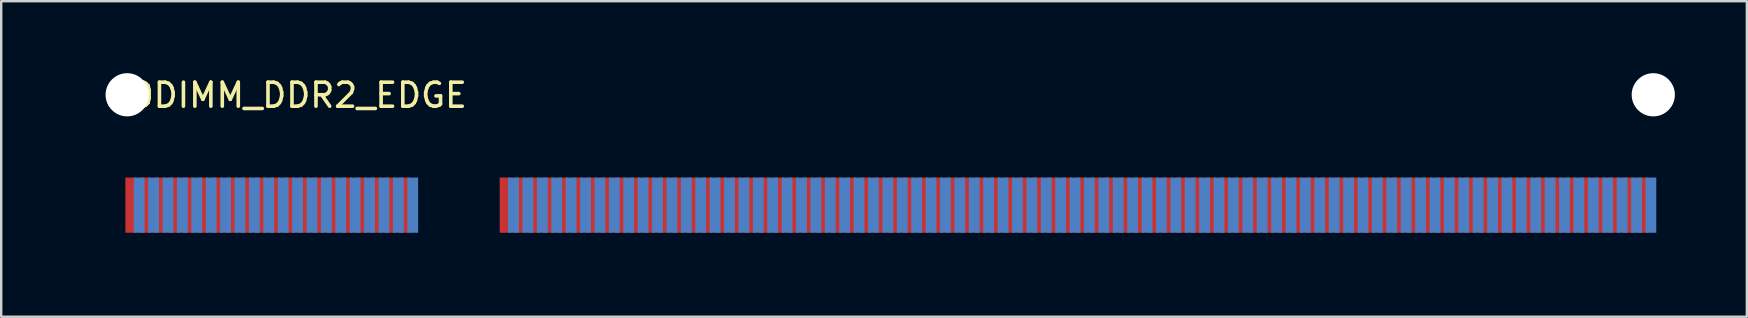
<source format=kicad_pcb>
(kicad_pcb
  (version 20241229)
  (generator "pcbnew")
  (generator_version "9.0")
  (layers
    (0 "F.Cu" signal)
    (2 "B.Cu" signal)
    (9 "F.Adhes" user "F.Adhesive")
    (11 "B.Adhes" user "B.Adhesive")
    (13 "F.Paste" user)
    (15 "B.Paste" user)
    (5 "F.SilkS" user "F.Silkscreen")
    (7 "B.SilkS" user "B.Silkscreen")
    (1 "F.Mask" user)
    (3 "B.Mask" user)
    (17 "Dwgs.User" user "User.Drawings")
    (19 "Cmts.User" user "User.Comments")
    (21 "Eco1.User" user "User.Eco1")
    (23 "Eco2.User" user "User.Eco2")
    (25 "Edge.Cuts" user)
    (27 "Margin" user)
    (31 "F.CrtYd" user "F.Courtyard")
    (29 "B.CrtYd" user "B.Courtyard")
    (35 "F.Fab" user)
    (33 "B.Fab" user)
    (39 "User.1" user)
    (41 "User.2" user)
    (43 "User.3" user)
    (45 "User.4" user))
  (footprint "SODIMM_DDR2_EDGE"
    (layer "F.Cu")
    (at 0.25 6.9)
    (property "Reference" "SODIMM_DDR2_EDGE" (at 8.63 -5.98 0) (layer "F.SilkS") (effects (font (size 1 1) (thickness 0.15))))
    (attr through_hole)
    (pad "" np_thru_hole circle (at 2 -6) (size 1.8 1.8) (drill 1.8) (layers "*.Cu" "*.Mask"))
    (pad "" np_thru_hole circle (at 65.6 -6) (size 1.8 1.8) (drill 1.8) (layers "*.Cu" "*.Mask"))
    (pad "1" smd rect (at 2.15 -1.4) (size 0.45 2.3) (layers "F.Cu" "F.Mask"))
    (pad "2" smd rect (at 2.5 -1.4 180) (size 0.45 2.3) (layers "B.Cu" "B.Mask"))
    (pad "3" smd rect (at 2.75 -1.4) (size 0.45 2.3) (layers "F.Cu" "F.Mask"))
    (pad "4" smd rect (at 3.1 -1.4 180) (size 0.45 2.3) (layers "B.Cu" "B.Mask"))
    (pad "5" smd rect (at 3.35 -1.4) (size 0.45 2.3) (layers "F.Cu" "F.Mask"))
    (pad "6" smd rect (at 3.7 -1.4 180) (size 0.45 2.3) (layers "B.Cu" "B.Mask"))
    (pad "7" smd rect (at 3.95 -1.4) (size 0.45 2.3) (layers "F.Cu" "F.Mask"))
    (pad "8" smd rect (at 4.3 -1.4 180) (size 0.45 2.3) (layers "B.Cu" "B.Mask"))
    (pad "9" smd rect (at 4.55 -1.4) (size 0.45 2.3) (layers "F.Cu" "F.Mask"))
    (pad "10" smd rect (at 4.9 -1.4 180) (size 0.45 2.3) (layers "B.Cu" "B.Mask"))
    (pad "11" smd rect (at 5.15 -1.4) (size 0.45 2.3) (layers "F.Cu" "F.Mask"))
    (pad "12" smd rect (at 5.5 -1.4 180) (size 0.45 2.3) (layers "B.Cu" "B.Mask"))
    (pad "13" smd rect (at 5.75 -1.4) (size 0.45 2.3) (layers "F.Cu" "F.Mask"))
    (pad "14" smd rect (at 6.1 -1.4 180) (size 0.45 2.3) (layers "B.Cu" "B.Mask"))
    (pad "15" smd rect (at 6.35 -1.4) (size 0.45 2.3) (layers "F.Cu" "F.Mask"))
    (pad "16" smd rect (at 6.7 -1.4 180) (size 0.45 2.3) (layers "B.Cu" "B.Mask"))
    (pad "17" smd rect (at 6.95 -1.4) (size 0.45 2.3) (layers "F.Cu" "F.Mask"))
    (pad "18" smd rect (at 7.3 -1.4 180) (size 0.45 2.3) (layers "B.Cu" "B.Mask"))
    (pad "19" smd rect (at 7.55 -1.4) (size 0.45 2.3) (layers "F.Cu" "F.Mask"))
    (pad "20" smd rect (at 7.9 -1.4 180) (size 0.45 2.3) (layers "B.Cu" "B.Mask"))
    (pad "21" smd rect (at 8.15 -1.4) (size 0.45 2.3) (layers "F.Cu" "F.Mask"))
    (pad "22" smd rect (at 8.5 -1.4 180) (size 0.45 2.3) (layers "B.Cu" "B.Mask"))
    (pad "23" smd rect (at 8.75 -1.4) (size 0.45 2.3) (layers "F.Cu" "F.Mask"))
    (pad "24" smd rect (at 9.1 -1.4 180) (size 0.45 2.3) (layers "B.Cu" "B.Mask"))
    (pad "25" smd rect (at 9.35 -1.4) (size 0.45 2.3) (layers "F.Cu" "F.Mask"))
    (pad "26" smd rect (at 9.7 -1.4 180) (size 0.45 2.3) (layers "B.Cu" "B.Mask"))
    (pad "27" smd rect (at 9.95 -1.4) (size 0.45 2.3) (layers "F.Cu" "F.Mask"))
    (pad "28" smd rect (at 10.3 -1.4 180) (size 0.45 2.3) (layers "B.Cu" "B.Mask"))
    (pad "29" smd rect (at 10.55 -1.4) (size 0.45 2.3) (layers "F.Cu" "F.Mask"))
    (pad "30" smd rect (at 10.9 -1.4 180) (size 0.45 2.3) (layers "B.Cu" "B.Mask"))
    (pad "31" smd rect (at 11.15 -1.4) (size 0.45 2.3) (layers "F.Cu" "F.Mask"))
    (pad "32" smd rect (at 11.5 -1.4 180) (size 0.45 2.3) (layers "B.Cu" "B.Mask"))
    (pad "33" smd rect (at 11.75 -1.4) (size 0.45 2.3) (layers "F.Cu" "F.Mask"))
    (pad "34" smd rect (at 12.1 -1.4 180) (size 0.45 2.3) (layers "B.Cu" "B.Mask"))
    (pad "35" smd rect (at 12.35 -1.4) (size 0.45 2.3) (layers "F.Cu" "F.Mask"))
    (pad "36" smd rect (at 12.7 -1.4 180) (size 0.45 2.3) (layers "B.Cu" "B.Mask"))
    (pad "37" smd rect (at 12.95 -1.4) (size 0.45 2.3) (layers "F.Cu" "F.Mask"))
    (pad "38" smd rect (at 13.3 -1.4 180) (size 0.45 2.3) (layers "B.Cu" "B.Mask"))
    (pad "39" smd rect (at 13.55 -1.4) (size 0.45 2.3) (layers "F.Cu" "F.Mask"))
    (pad "40" smd rect (at 13.9 -1.4 180) (size 0.45 2.3) (layers "B.Cu" "B.Mask"))
    (pad "41" smd rect (at 17.75 -1.4) (size 0.45 2.3) (layers "F.Cu" "F.Mask"))
    (pad "42" smd rect (at 18.1 -1.4 180) (size 0.45 2.3) (layers "B.Cu" "B.Mask"))
    (pad "43" smd rect (at 18.35 -1.4) (size 0.45 2.3) (layers "F.Cu" "F.Mask"))
    (pad "44" smd rect (at 18.7 -1.4 180) (size 0.45 2.3) (layers "B.Cu" "B.Mask"))
    (pad "45" smd rect (at 18.95 -1.4) (size 0.45 2.3) (layers "F.Cu" "F.Mask"))
    (pad "46" smd rect (at 19.3 -1.4 180) (size 0.45 2.3) (layers "B.Cu" "B.Mask"))
    (pad "47" smd rect (at 19.55 -1.4) (size 0.45 2.3) (layers "F.Cu" "F.Mask"))
    (pad "48" smd rect (at 19.9 -1.4 180) (size 0.45 2.3) (layers "B.Cu" "B.Mask"))
    (pad "49" smd rect (at 20.15 -1.4) (size 0.45 2.3) (layers "F.Cu" "F.Mask"))
    (pad "50" smd rect (at 20.5 -1.4 180) (size 0.45 2.3) (layers "B.Cu" "B.Mask"))
    (pad "51" smd rect (at 20.75 -1.4) (size 0.45 2.3) (layers "F.Cu" "F.Mask"))
    (pad "52" smd rect (at 21.1 -1.4 180) (size 0.45 2.3) (layers "B.Cu" "B.Mask"))
    (pad "53" smd rect (at 21.35 -1.4) (size 0.45 2.3) (layers "F.Cu" "F.Mask"))
    (pad "54" smd rect (at 21.7 -1.4 180) (size 0.45 2.3) (layers "B.Cu" "B.Mask"))
    (pad "55" smd rect (at 21.95 -1.4) (size 0.45 2.3) (layers "F.Cu" "F.Mask"))
    (pad "56" smd rect (at 22.3 -1.4 180) (size 0.45 2.3) (layers "B.Cu" "B.Mask"))
    (pad "57" smd rect (at 22.55 -1.4) (size 0.45 2.3) (layers "F.Cu" "F.Mask"))
    (pad "58" smd rect (at 22.9 -1.4 180) (size 0.45 2.3) (layers "B.Cu" "B.Mask"))
    (pad "59" smd rect (at 23.15 -1.4) (size 0.45 2.3) (layers "F.Cu" "F.Mask"))
    (pad "60" smd rect (at 23.5 -1.4 180) (size 0.45 2.3) (layers "B.Cu" "B.Mask"))
    (pad "61" smd rect (at 23.75 -1.4) (size 0.45 2.3) (layers "F.Cu" "F.Mask"))
    (pad "62" smd rect (at 24.1 -1.4) (size 0.45 2.3) (layers "B.Cu" "B.Mask"))
    (pad "63" smd rect (at 24.35 -1.4) (size 0.45 2.3) (layers "F.Cu" "F.Mask"))
    (pad "64" smd rect (at 24.7 -1.4 180) (size 0.45 2.3) (layers "B.Cu" "B.Mask"))
    (pad "65" smd rect (at 24.95 -1.4) (size 0.45 2.3) (layers "F.Cu" "F.Mask"))
    (pad "66" smd rect (at 25.3 -1.4 180) (size 0.45 2.3) (layers "B.Cu" "B.Mask"))
    (pad "67" smd rect (at 25.55 -1.4) (size 0.45 2.3) (layers "F.Cu" "F.Mask"))
    (pad "68" smd rect (at 25.9 -1.4 180) (size 0.45 2.3) (layers "B.Cu" "B.Mask"))
    (pad "69" smd rect (at 26.15 -1.4) (size 0.45 2.3) (layers "F.Cu" "F.Mask"))
    (pad "70" smd rect (at 26.5 -1.4 180) (size 0.45 2.3) (layers "B.Cu" "B.Mask"))
    (pad "71" smd rect (at 26.75 -1.4) (size 0.45 2.3) (layers "F.Cu" "F.Mask"))
    (pad "72" smd rect (at 27.1 -1.4 180) (size 0.45 2.3) (layers "B.Cu" "B.Mask"))
    (pad "73" smd rect (at 27.35 -1.4) (size 0.45 2.3) (layers "F.Cu" "F.Mask"))
    (pad "74" smd rect (at 27.7 -1.4 180) (size 0.45 2.3) (layers "B.Cu" "B.Mask"))
    (pad "75" smd rect (at 27.95 -1.4) (size 0.45 2.3) (layers "F.Cu" "F.Mask"))
    (pad "76" smd rect (at 28.3 -1.4 180) (size 0.45 2.3) (layers "B.Cu" "B.Mask"))
    (pad "77" smd rect (at 28.55 -1.4) (size 0.45 2.3) (layers "F.Cu" "F.Mask"))
    (pad "78" smd rect (at 28.9 -1.4 180) (size 0.45 2.3) (layers "B.Cu" "B.Mask"))
    (pad "79" smd rect (at 29.15 -1.4) (size 0.45 2.3) (layers "F.Cu" "F.Mask"))
    (pad "80" smd rect (at 29.5 -1.4 180) (size 0.45 2.3) (layers "B.Cu" "B.Mask"))
    (pad "81" smd rect (at 29.75 -1.4) (size 0.45 2.3) (layers "F.Cu" "F.Mask"))
    (pad "82" smd rect (at 30.1 -1.4 180) (size 0.45 2.3) (layers "B.Cu" "B.Mask"))
    (pad "83" smd rect (at 30.35 -1.4) (size 0.45 2.3) (layers "F.Cu" "F.Mask"))
    (pad "84" smd rect (at 30.7 -1.4 180) (size 0.45 2.3) (layers "B.Cu" "B.Mask"))
    (pad "85" smd rect (at 30.95 -1.4) (size 0.45 2.3) (layers "F.Cu" "F.Mask"))
    (pad "86" smd rect (at 31.3 -1.4 180) (size 0.45 2.3) (layers "B.Cu" "B.Mask"))
    (pad "87" smd rect (at 31.55 -1.4) (size 0.45 2.3) (layers "F.Cu" "F.Mask"))
    (pad "88" smd rect (at 31.9 -1.4 180) (size 0.45 2.3) (layers "B.Cu" "B.Mask"))
    (pad "89" smd rect (at 32.15 -1.4) (size 0.45 2.3) (layers "F.Cu" "F.Mask"))
    (pad "90" smd rect (at 32.5 -1.4 180) (size 0.45 2.3) (layers "B.Cu" "B.Mask"))
    (pad "91" smd rect (at 32.75 -1.4) (size 0.45 2.3) (layers "F.Cu" "F.Mask"))
    (pad "92" smd rect (at 33.1 -1.4 180) (size 0.45 2.3) (layers "B.Cu" "B.Mask"))
    (pad "93" smd rect (at 33.35 -1.4) (size 0.45 2.3) (layers "F.Cu" "F.Mask"))
    (pad "94" smd rect (at 33.7 -1.4 180) (size 0.45 2.3) (layers "B.Cu" "B.Mask"))
    (pad "95" smd rect (at 33.95 -1.4) (size 0.45 2.3) (layers "F.Cu" "F.Mask"))
    (pad "96" smd rect (at 34.3 -1.4 180) (size 0.45 2.3) (layers "B.Cu" "B.Mask"))
    (pad "97" smd rect (at 34.55 -1.4) (size 0.45 2.3) (layers "F.Cu" "F.Mask"))
    (pad "98" smd rect (at 34.9 -1.4 180) (size 0.45 2.3) (layers "B.Cu" "B.Mask"))
    (pad "99" smd rect (at 35.15 -1.4) (size 0.45 2.3) (layers "F.Cu" "F.Mask"))
    (pad "100" smd rect (at 35.5 -1.4 180) (size 0.45 2.3) (layers "B.Cu" "B.Mask"))
    (pad "101" smd rect (at 35.75 -1.4) (size 0.45 2.3) (layers "F.Cu" "F.Mask"))
    (pad "102" smd rect (at 36.1 -1.4 180) (size 0.45 2.3) (layers "B.Cu" "B.Mask"))
    (pad "103" smd rect (at 36.35 -1.4) (size 0.45 2.3) (layers "F.Cu" "F.Mask"))
    (pad "104" smd rect (at 36.7 -1.4 180) (size 0.45 2.3) (layers "B.Cu" "B.Mask"))
    (pad "105" smd rect (at 36.95 -1.4) (size 0.45 2.3) (layers "F.Cu" "F.Mask"))
    (pad "106" smd rect (at 37.3 -1.4 180) (size 0.45 2.3) (layers "B.Cu" "B.Mask"))
    (pad "107" smd rect (at 37.55 -1.4) (size 0.45 2.3) (layers "F.Cu" "F.Mask"))
    (pad "108" smd rect (at 37.9 -1.4 180) (size 0.45 2.3) (layers "B.Cu" "B.Mask"))
    (pad "109" smd rect (at 38.15 -1.4) (size 0.45 2.3) (layers "F.Cu" "F.Mask"))
    (pad "110" smd rect (at 38.5 -1.4 180) (size 0.45 2.3) (layers "B.Cu" "B.Mask"))
    (pad "111" smd rect (at 38.75 -1.4) (size 0.45 2.3) (layers "F.Cu" "F.Mask"))
    (pad "112" smd rect (at 39.1 -1.4 180) (size 0.45 2.3) (layers "B.Cu" "B.Mask"))
    (pad "113" smd rect (at 39.35 -1.4) (size 0.45 2.3) (layers "F.Cu" "F.Mask"))
    (pad "114" smd rect (at 39.7 -1.4 180) (size 0.45 2.3) (layers "B.Cu" "B.Mask"))
    (pad "115" smd rect (at 39.95 -1.4) (size 0.45 2.3) (layers "F.Cu" "F.Mask"))
    (pad "116" smd rect (at 40.3 -1.4 180) (size 0.45 2.3) (layers "B.Cu" "B.Mask"))
    (pad "117" smd rect (at 40.55 -1.4) (size 0.45 2.3) (layers "F.Cu" "F.Mask"))
    (pad "118" smd rect (at 40.9 -1.4 180) (size 0.45 2.3) (layers "B.Cu" "B.Mask"))
    (pad "119" smd rect (at 41.15 -1.4) (size 0.45 2.3) (layers "F.Cu" "F.Mask"))
    (pad "120" smd rect (at 41.5 -1.4 180) (size 0.45 2.3) (layers "B.Cu" "B.Mask"))
    (pad "121" smd rect (at 41.75 -1.4) (size 0.45 2.3) (layers "F.Cu" "F.Mask"))
    (pad "122" smd rect (at 42.1 -1.4 180) (size 0.45 2.3) (layers "B.Cu" "B.Mask"))
    (pad "123" smd rect (at 42.35 -1.4) (size 0.45 2.3) (layers "F.Cu" "F.Mask"))
    (pad "124" smd rect (at 42.7 -1.4 180) (size 0.45 2.3) (layers "B.Cu" "B.Mask"))
    (pad "125" smd rect (at 42.95 -1.4) (size 0.45 2.3) (layers "F.Cu" "F.Mask"))
    (pad "126" smd rect (at 43.3 -1.4 180) (size 0.45 2.3) (layers "B.Cu" "B.Mask"))
    (pad "127" smd rect (at 43.55 -1.4) (size 0.45 2.3) (layers "F.Cu" "F.Mask"))
    (pad "128" smd rect (at 43.9 -1.4 180) (size 0.45 2.3) (layers "B.Cu" "B.Mask"))
    (pad "129" smd rect (at 44.15 -1.4) (size 0.45 2.3) (layers "F.Cu" "F.Mask"))
    (pad "130" smd rect (at 44.5 -1.4 180) (size 0.45 2.3) (layers "B.Cu" "B.Mask"))
    (pad "131" smd rect (at 44.75 -1.4) (size 0.45 2.3) (layers "F.Cu" "F.Mask"))
    (pad "132" smd rect (at 45.1 -1.4 180) (size 0.45 2.3) (layers "B.Cu" "B.Mask"))
    (pad "133" smd rect (at 45.35 -1.4) (size 0.45 2.3) (layers "F.Cu" "F.Mask"))
    (pad "134" smd rect (at 45.7 -1.4 180) (size 0.45 2.3) (layers "B.Cu" "B.Mask"))
    (pad "135" smd rect (at 45.95 -1.4) (size 0.45 2.3) (layers "F.Cu" "F.Mask"))
    (pad "136" smd rect (at 46.3 -1.4 180) (size 0.45 2.3) (layers "B.Cu" "B.Mask"))
    (pad "137" smd rect (at 46.55 -1.4) (size 0.45 2.3) (layers "F.Cu" "F.Mask"))
    (pad "138" smd rect (at 46.9 -1.4 180) (size 0.45 2.3) (layers "B.Cu" "B.Mask"))
    (pad "139" smd rect (at 47.15 -1.4) (size 0.45 2.3) (layers "F.Cu" "F.Mask"))
    (pad "140" smd rect (at 47.5 -1.4 180) (size 0.45 2.3) (layers "B.Cu" "B.Mask"))
    (pad "141" smd rect (at 47.75 -1.4) (size 0.45 2.3) (layers "F.Cu" "F.Mask"))
    (pad "142" smd rect (at 48.1 -1.4 180) (size 0.45 2.3) (layers "B.Cu" "B.Mask"))
    (pad "143" smd rect (at 48.35 -1.4) (size 0.45 2.3) (layers "F.Cu" "F.Mask"))
    (pad "144" smd rect (at 48.7 -1.4 180) (size 0.45 2.3) (layers "B.Cu" "B.Mask"))
    (pad "145" smd rect (at 48.95 -1.4) (size 0.45 2.3) (layers "F.Cu" "F.Mask"))
    (pad "146" smd rect (at 49.3 -1.4 180) (size 0.45 2.3) (layers "B.Cu" "B.Mask"))
    (pad "147" smd rect (at 49.55 -1.4) (size 0.45 2.3) (layers "F.Cu" "F.Mask"))
    (pad "148" smd rect (at 49.9 -1.4 180) (size 0.45 2.3) (layers "B.Cu" "B.Mask"))
    (pad "149" smd rect (at 50.15 -1.4) (size 0.45 2.3) (layers "F.Cu" "F.Mask"))
    (pad "150" smd rect (at 50.5 -1.4 180) (size 0.45 2.3) (layers "B.Cu" "B.Mask"))
    (pad "151" smd rect (at 50.75 -1.4) (size 0.45 2.3) (layers "F.Cu" "F.Mask"))
    (pad "152" smd rect (at 51.1 -1.4 180) (size 0.45 2.3) (layers "B.Cu" "B.Mask"))
    (pad "153" smd rect (at 51.35 -1.4) (size 0.45 2.3) (layers "F.Cu" "F.Mask"))
    (pad "154" smd rect (at 51.7 -1.4 180) (size 0.45 2.3) (layers "B.Cu" "B.Mask"))
    (pad "155" smd rect (at 51.95 -1.4) (size 0.45 2.3) (layers "F.Cu" "F.Mask"))
    (pad "156" smd rect (at 52.3 -1.4 180) (size 0.45 2.3) (layers "B.Cu" "B.Mask"))
    (pad "157" smd rect (at 52.55 -1.4) (size 0.45 2.3) (layers "F.Cu" "F.Mask"))
    (pad "158" smd rect (at 52.9 -1.4 180) (size 0.45 2.3) (layers "B.Cu" "B.Mask"))
    (pad "159" smd rect (at 53.15 -1.4) (size 0.45 2.3) (layers "F.Cu" "F.Mask"))
    (pad "160" smd rect (at 53.5 -1.4 180) (size 0.45 2.3) (layers "B.Cu" "B.Mask"))
    (pad "161" smd rect (at 53.75 -1.4) (size 0.45 2.3) (layers "F.Cu" "F.Mask"))
    (pad "162" smd rect (at 54.1 -1.4 180) (size 0.45 2.3) (layers "B.Cu" "B.Mask"))
    (pad "163" smd rect (at 54.35 -1.4) (size 0.45 2.3) (layers "F.Cu" "F.Mask"))
    (pad "164" smd rect (at 54.7 -1.4 180) (size 0.45 2.3) (layers "B.Cu" "B.Mask"))
    (pad "165" smd rect (at 54.95 -1.4) (size 0.45 2.3) (layers "F.Cu" "F.Mask"))
    (pad "166" smd rect (at 55.3 -1.4 180) (size 0.45 2.3) (layers "B.Cu" "B.Mask"))
    (pad "167" smd rect (at 55.55 -1.4) (size 0.45 2.3) (layers "F.Cu" "F.Mask"))
    (pad "168" smd rect (at 55.9 -1.4 180) (size 0.45 2.3) (layers "B.Cu" "B.Mask"))
    (pad "169" smd rect (at 56.15 -1.4) (size 0.45 2.3) (layers "F.Cu" "F.Mask"))
    (pad "170" smd rect (at 56.5 -1.4 180) (size 0.45 2.3) (layers "B.Cu" "B.Mask"))
    (pad "171" smd rect (at 56.75 -1.4) (size 0.45 2.3) (layers "F.Cu" "F.Mask"))
    (pad "172" smd rect (at 57.1 -1.4 180) (size 0.45 2.3) (layers "B.Cu" "B.Mask"))
    (pad "173" smd rect (at 57.35 -1.4) (size 0.45 2.3) (layers "F.Cu" "F.Mask"))
    (pad "174" smd rect (at 57.7 -1.4 180) (size 0.45 2.3) (layers "B.Cu" "B.Mask"))
    (pad "175" smd rect (at 57.95 -1.4) (size 0.45 2.3) (layers "F.Cu" "F.Mask"))
    (pad "176" smd rect (at 58.3 -1.4 180) (size 0.45 2.3) (layers "B.Cu" "B.Mask"))
    (pad "177" smd rect (at 58.55 -1.4) (size 0.45 2.3) (layers "F.Cu" "F.Mask"))
    (pad "178" smd rect (at 58.9 -1.4 180) (size 0.45 2.3) (layers "B.Cu" "B.Mask"))
    (pad "179" smd rect (at 59.15 -1.4) (size 0.45 2.3) (layers "F.Cu" "F.Mask"))
    (pad "180" smd rect (at 59.5 -1.4 180) (size 0.45 2.3) (layers "B.Cu" "B.Mask"))
    (pad "181" smd rect (at 59.75 -1.4) (size 0.45 2.3) (layers "F.Cu" "F.Mask"))
    (pad "182" smd rect (at 60.1 -1.4 180) (size 0.45 2.3) (layers "B.Cu" "B.Mask"))
    (pad "183" smd rect (at 60.35 -1.4) (size 0.45 2.3) (layers "F.Cu" "F.Mask"))
    (pad "184" smd rect (at 60.7 -1.4 180) (size 0.45 2.3) (layers "B.Cu" "B.Mask"))
    (pad "185" smd rect (at 60.95 -1.4) (size 0.45 2.3) (layers "F.Cu" "F.Mask"))
    (pad "186" smd rect (at 61.3 -1.4 180) (size 0.45 2.3) (layers "B.Cu" "B.Mask"))
    (pad "187" smd rect (at 61.55 -1.4) (size 0.45 2.3) (layers "F.Cu" "F.Mask"))
    (pad "188" smd rect (at 61.9 -1.4 180) (size 0.45 2.3) (layers "B.Cu" "B.Mask"))
    (pad "189" smd rect (at 62.15 -1.4) (size 0.45 2.3) (layers "F.Cu" "F.Mask"))
    (pad "190" smd rect (at 62.5 -1.4 180) (size 0.45 2.3) (layers "B.Cu" "B.Mask"))
    (pad "191" smd rect (at 62.75 -1.4) (size 0.45 2.3) (layers "F.Cu" "F.Mask"))
    (pad "192" smd rect (at 63.1 -1.4 180) (size 0.45 2.3) (layers "B.Cu" "B.Mask"))
    (pad "193" smd rect (at 63.35 -1.4) (size 0.45 2.3) (layers "F.Cu" "F.Mask"))
    (pad "194" smd rect (at 63.7 -1.4 180) (size 0.45 2.3) (layers "B.Cu" "B.Mask"))
    (pad "195" smd rect (at 63.95 -1.4) (size 0.45 2.3) (layers "F.Cu" "F.Mask"))
    (pad "196" smd rect (at 64.3 -1.4 180) (size 0.45 2.3) (layers "B.Cu" "B.Mask"))
    (pad "197" smd rect (at 64.55 -1.4) (size 0.45 2.3) (layers "F.Cu" "F.Mask"))
    (pad "198" smd rect (at 64.9 -1.4 180) (size 0.45 2.3) (layers "B.Cu" "B.Mask"))
    (pad "199" smd rect (at 65.15 -1.4) (size 0.45 2.3) (layers "F.Cu" "F.Mask"))
    (pad "200" smd rect (at 65.5 -1.4 180) (size 0.45 2.3) (layers "B.Cu" "B.Mask")))
  (gr_rect
    (start -3 -3)
    (end 69.75 10.15)
    (stroke (width 0.1) (type default))
    (fill no)
    (layer "Edge.Cuts")))
</source>
